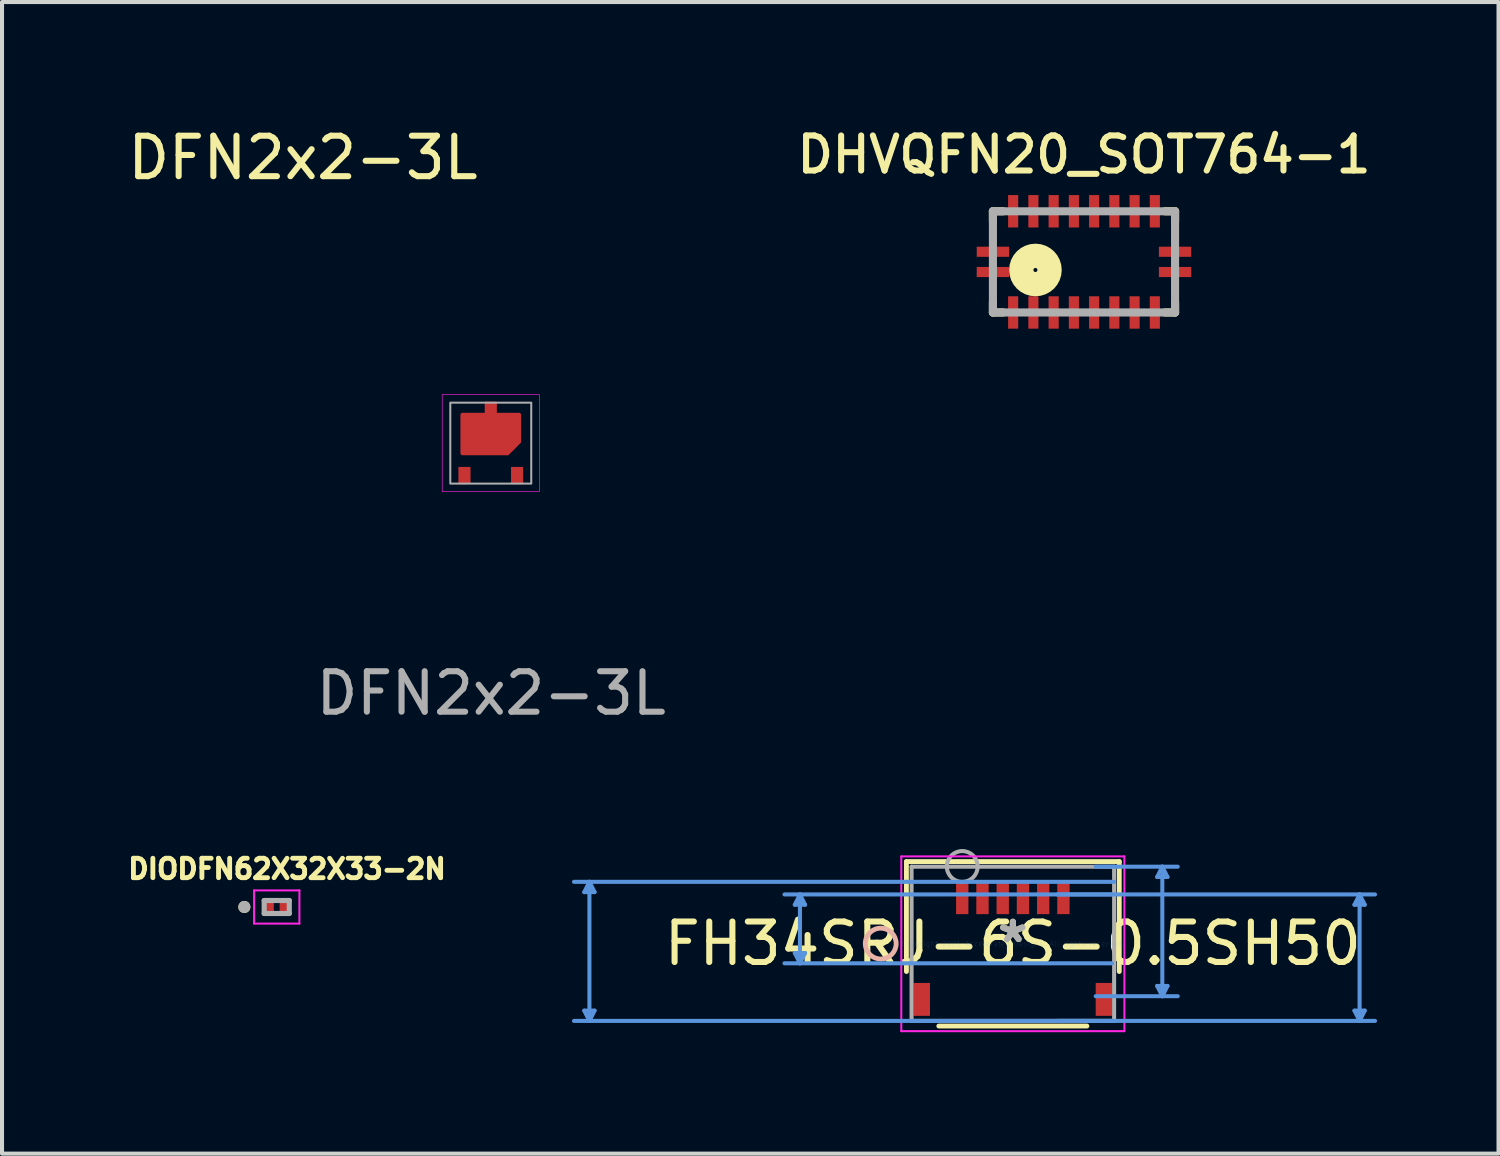
<source format=kicad_pcb>
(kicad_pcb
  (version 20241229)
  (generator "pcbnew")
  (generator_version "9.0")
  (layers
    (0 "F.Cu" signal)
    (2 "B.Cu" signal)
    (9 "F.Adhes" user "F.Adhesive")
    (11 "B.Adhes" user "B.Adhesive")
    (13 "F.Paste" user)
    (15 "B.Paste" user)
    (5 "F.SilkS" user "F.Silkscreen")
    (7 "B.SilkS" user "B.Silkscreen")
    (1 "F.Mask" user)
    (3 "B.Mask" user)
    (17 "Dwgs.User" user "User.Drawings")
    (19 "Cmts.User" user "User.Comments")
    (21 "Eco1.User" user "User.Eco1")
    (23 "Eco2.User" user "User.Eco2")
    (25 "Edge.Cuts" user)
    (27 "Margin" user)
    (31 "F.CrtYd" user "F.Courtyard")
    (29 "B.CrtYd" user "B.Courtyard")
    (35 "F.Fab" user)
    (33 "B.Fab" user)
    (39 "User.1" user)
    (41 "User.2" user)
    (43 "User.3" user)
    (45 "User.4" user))
  (footprint "DIODFN62X32X33-2N"
    (layer "F.Cu")
    (at 3.787 19.358)
    (property "Reference" "DIODFN62X32X33-2N" (at 0.254 -0.94 0) (layer "F.SilkS") (effects (font (size 0.48 0.48) (thickness 0.15))))
    (attr through_hole)
    (fp_circle (center -0.8 0) (end -0.725 0) (stroke (width 0.15) (type solid)) (fill no) (layer "F.SilkS"))
    (fp_line (start -0.56 -0.41) (end 0.56 -0.41) (stroke (width 0.05) (type solid)) (layer "F.CrtYd"))
    (fp_line (start -0.56 0.41) (end -0.56 -0.41) (stroke (width 0.05) (type solid)) (layer "F.CrtYd"))
    (fp_line (start 0.56 -0.41) (end 0.56 0.41) (stroke (width 0.05) (type solid)) (layer "F.CrtYd"))
    (fp_line (start 0.56 0.41) (end -0.56 0.41) (stroke (width 0.05) (type solid)) (layer "F.CrtYd"))
    (fp_line (start -0.31 -0.16) (end 0.31 -0.16) (stroke (width 0.127) (type solid)) (layer "F.Fab"))
    (fp_line (start -0.31 0.16) (end -0.31 -0.16) (stroke (width 0.127) (type solid)) (layer "F.Fab"))
    (fp_line (start 0.31 -0.16) (end 0.31 0.16) (stroke (width 0.127) (type solid)) (layer "F.Fab"))
    (fp_line (start 0.31 0.16) (end -0.31 0.16) (stroke (width 0.127) (type solid)) (layer "F.Fab"))
    (fp_circle (center -0.8 0) (end -0.725 0) (stroke (width 0.15) (type solid)) (fill no) (layer "F.Fab"))
    (pad "A" smd rect (at 0.177 0) (size 0.21 0.27) (layers "F.Cu" "F.Mask" "F.Paste"))
    (pad "C" smd rect (at -0.177 0) (size 0.21 0.27) (layers "F.Cu" "F.Mask" "F.Paste")))
  (footprint "DFN2x2-3L"
    (layer "F.Cu")
    (at 9.075 7.898)
    (property "Reference" "DFN2x2-3L" (at -4.64 -7.05 0) (unlocked yes) (layer "F.SilkS") (effects (font (size 1 1) (thickness 0.15))))
    (attr smd)
    (fp_rect (start -1.2 -1.2) (end 1.2 1.2) (stroke (width 0.015) (type solid)) (fill no) (layer "F.CrtYd"))
    (fp_rect (start -1 -1) (end 1 1) (stroke (width 0.05) (type solid)) (fill no) (layer "F.Fab"))
    (fp_text user "${REFERENCE}" (at 0.01 6.18 0) (unlocked yes) (layer "F.Fab") (effects (font (size 1 1) (thickness 0.15))))
    (pad "1" smd roundrect (at 0.65 0.8) (size 0.3 0.425) (layers "F.Cu" "F.Mask" "F.Paste") (roundrect_rratio 0.05))
    (pad "2" smd roundrect (at -0.65 0.8) (size 0.3 0.425) (layers "F.Cu" "F.Mask" "F.Paste") (roundrect_rratio 0.05))
    (pad "3" smd roundrect (at 0 -0.875) (size 0.3 0.3) (layers "F.Cu" "F.Mask" "F.Paste") (roundrect_rratio 0.05))
    (pad "3" smd roundrect (at 0 -0.225) (size 1.5 1.05) (layers "F.Cu" "F.Mask" "F.Paste") (roundrect_rratio 0.05) (chamfer_ratio 0.3) (chamfer bottom_right)))
  (footprint "DHVQFN20_SOT764-1"
    (layer "F.Cu")
    (at 23.731 3.42)
    (property "Reference" "DHVQFN20_SOT764-1" (at 0 -2.65 0) (layer "F.SilkS") (effects (font (size 0.866 0.866) (thickness 0.15))))
    (attr smd)
    (fp_line (start -2.25 -1.25) (end -2.25 -1) (stroke (width 0.2) (type solid)) (layer "F.SilkS"))
    (fp_line (start -2.25 -1.25) (end -2 -1.25) (stroke (width 0.2) (type solid)) (layer "F.SilkS"))
    (fp_line (start -2.25 1.25) (end -2.25 1) (stroke (width 0.2) (type solid)) (layer "F.SilkS"))
    (fp_line (start -2 1.25) (end -2.25 1.25) (stroke (width 0.2) (type solid)) (layer "F.SilkS"))
    (fp_line (start 2.25 -1.25) (end 2 -1.25) (stroke (width 0.2) (type solid)) (layer "F.SilkS"))
    (fp_line (start 2.25 -1.25) (end 2.25 -1) (stroke (width 0.2) (type solid)) (layer "F.SilkS"))
    (fp_line (start 2.25 1) (end 2.25 1.25) (stroke (width 0.2) (type solid)) (layer "F.SilkS"))
    (fp_line (start 2.25 1.25) (end 2 1.25) (stroke (width 0.2) (type solid)) (layer "F.SilkS"))
    (fp_circle (center -1.2 0.2) (end -1.15 0.2) (stroke (width 0.6) (type solid)) (fill no) (layer "F.SilkS"))
    (fp_line (start -2.25 -1.25) (end 2.25 -1.25) (stroke (width 0.2) (type solid)) (layer "F.Fab"))
    (fp_line (start -2.25 1.25) (end -2.25 -1.25) (stroke (width 0.2) (type solid)) (layer "F.Fab"))
    (fp_line (start 2.25 -1.25) (end 2.25 1.25) (stroke (width 0.2) (type solid)) (layer "F.Fab"))
    (fp_line (start 2.25 1.25) (end -2.25 1.25) (stroke (width 0.2) (type solid)) (layer "F.Fab"))
    (pad "1" smd rect (at -2.25 0.25 90) (size 0.25 0.8) (layers "F.Cu" "F.Mask" "F.Paste"))
    (pad "2" smd rect (at -1.75 1.25) (size 0.25 0.8) (layers "F.Cu" "F.Mask" "F.Paste"))
    (pad "3" smd rect (at -1.25 1.25) (size 0.25 0.8) (layers "F.Cu" "F.Mask" "F.Paste"))
    (pad "4" smd rect (at -0.75 1.25) (size 0.25 0.8) (layers "F.Cu" "F.Mask" "F.Paste"))
    (pad "5" smd rect (at -0.25 1.25) (size 0.25 0.8) (layers "F.Cu" "F.Mask" "F.Paste"))
    (pad "6" smd rect (at 0.25 1.25) (size 0.25 0.8) (layers "F.Cu" "F.Mask" "F.Paste"))
    (pad "7" smd rect (at 0.75 1.25) (size 0.25 0.8) (layers "F.Cu" "F.Mask" "F.Paste"))
    (pad "8" smd rect (at 1.25 1.25) (size 0.25 0.8) (layers "F.Cu" "F.Mask" "F.Paste"))
    (pad "9" smd rect (at 1.75 1.25) (size 0.25 0.8) (layers "F.Cu" "F.Mask" "F.Paste"))
    (pad "10" smd rect (at 2.25 0.25 90) (size 0.25 0.8) (layers "F.Cu" "F.Mask" "F.Paste"))
    (pad "11" smd rect (at 2.25 -0.25 90) (size 0.25 0.8) (layers "F.Cu" "F.Mask" "F.Paste"))
    (pad "12" smd rect (at 1.75 -1.25) (size 0.25 0.8) (layers "F.Cu" "F.Mask" "F.Paste"))
    (pad "13" smd rect (at 1.25 -1.25) (size 0.25 0.8) (layers "F.Cu" "F.Mask" "F.Paste"))
    (pad "14" smd rect (at 0.75 -1.25) (size 0.25 0.8) (layers "F.Cu" "F.Mask" "F.Paste"))
    (pad "15" smd rect (at 0.25 -1.25) (size 0.25 0.8) (layers "F.Cu" "F.Mask" "F.Paste"))
    (pad "16" smd rect (at -0.25 -1.25) (size 0.25 0.8) (layers "F.Cu" "F.Mask" "F.Paste"))
    (pad "17" smd rect (at -0.75 -1.25) (size 0.25 0.8) (layers "F.Cu" "F.Mask" "F.Paste"))
    (pad "18" smd rect (at -1.25 -1.25) (size 0.25 0.8) (layers "F.Cu" "F.Mask" "F.Paste"))
    (pad "19" smd rect (at -1.75 -1.25) (size 0.25 0.8) (layers "F.Cu" "F.Mask" "F.Paste"))
    (pad "20" smd rect (at -2.25 -0.25 90) (size 0.25 0.8) (layers "F.Cu" "F.Mask" "F.Paste")))
  (footprint "FH34SRJ-6S-0.5SH50"
    (layer "F.Cu")
    (at 21.973 20.267)
    (property "Reference" "FH34SRJ-6S-0.5SH50" (at 0 -0.005 0) (layer "F.SilkS") (effects (font (size 1 1) (thickness 0.15))))
    (attr through_hole)
    (fp_line (start -2.629 -2.032) (end 2.629 -2.032) (stroke (width 0.12) (type solid)) (layer "F.SilkS"))
    (fp_line (start -2.629 0.685) (end -2.629 -2.032) (stroke (width 0.12) (type solid)) (layer "F.SilkS"))
    (fp_line (start 1.829 2.032) (end -1.829 2.032) (stroke (width 0.12) (type solid)) (layer "F.SilkS"))
    (fp_line (start 2.629 -2.032) (end 2.629 0.685) (stroke (width 0.12) (type solid)) (layer "F.SilkS"))
    (fp_circle (center -3.264 -0.005) (end -2.883 -0.005) (stroke (width 0.12) (type solid)) (fill no) (layer "B.SilkS"))
    (fp_line (start -10.588 1.651) (end -10.461 1.905) (stroke (width 0.1) (type solid)) (layer "Cmts.User"))
    (fp_line (start -10.588 -1.277) (end -10.461 -1.531) (stroke (width 0.1) (type solid)) (layer "Cmts.User"))
    (fp_line (start -10.588 -1.277) (end -10.334 -1.277) (stroke (width 0.1) (type solid)) (layer "Cmts.User"))
    (fp_line (start -10.461 1.905) (end -10.461 -1.531) (stroke (width 0.1) (type solid)) (layer "Cmts.User"))
    (fp_line (start -10.334 1.651) (end -10.588 1.651) (stroke (width 0.1) (type solid)) (layer "Cmts.User"))
    (fp_line (start -10.334 1.651) (end -10.461 1.905) (stroke (width 0.1) (type solid)) (layer "Cmts.User"))
    (fp_line (start -10.334 -1.277) (end -10.461 -1.531) (stroke (width 0.1) (type solid)) (layer "Cmts.User"))
    (fp_line (start -5.387 0.228) (end -5.26 0.482) (stroke (width 0.1) (type solid)) (layer "Cmts.User"))
    (fp_line (start -5.387 -0.965) (end -5.26 -1.219) (stroke (width 0.1) (type solid)) (layer "Cmts.User"))
    (fp_line (start -5.387 -0.965) (end -5.133 -0.965) (stroke (width 0.1) (type solid)) (layer "Cmts.User"))
    (fp_line (start -5.26 -1.219) (end -5.26 0.482) (stroke (width 0.1) (type solid)) (layer "Cmts.User"))
    (fp_line (start -5.133 0.228) (end -5.387 0.228) (stroke (width 0.1) (type solid)) (layer "Cmts.User"))
    (fp_line (start -5.133 0.228) (end -5.26 0.482) (stroke (width 0.1) (type solid)) (layer "Cmts.User"))
    (fp_line (start -5.133 -0.965) (end -5.26 -1.219) (stroke (width 0.1) (type solid)) (layer "Cmts.User"))
    (fp_line (start 1.098 -1.219) (end 8.948 -1.219) (stroke (width 0.1) (type solid)) (layer "Cmts.User"))
    (fp_line (start 1.098 1.905) (end 8.948 1.905) (stroke (width 0.1) (type solid)) (layer "Cmts.User"))
    (fp_line (start 2.047 -1.905) (end 4.074 -1.905) (stroke (width 0.1) (type solid)) (layer "Cmts.User"))
    (fp_line (start 2.047 1.295) (end 4.074 1.295) (stroke (width 0.1) (type solid)) (layer "Cmts.User"))
    (fp_line (start 2.453 -1.219) (end -5.641 -1.219) (stroke (width 0.1) (type solid)) (layer "Cmts.User"))
    (fp_line (start 2.453 0.482) (end -5.641 0.482) (stroke (width 0.1) (type solid)) (layer "Cmts.User"))
    (fp_line (start 2.502 -1.531) (end -10.842 -1.531) (stroke (width 0.1) (type solid)) (layer "Cmts.User"))
    (fp_line (start 2.502 1.905) (end -10.842 1.905) (stroke (width 0.1) (type solid)) (layer "Cmts.User"))
    (fp_line (start 3.566 1.041) (end 3.693 1.295) (stroke (width 0.1) (type solid)) (layer "Cmts.User"))
    (fp_line (start 3.566 -1.651) (end 3.693 -1.905) (stroke (width 0.1) (type solid)) (layer "Cmts.User"))
    (fp_line (start 3.566 -1.651) (end 3.82 -1.651) (stroke (width 0.1) (type solid)) (layer "Cmts.User"))
    (fp_line (start 3.693 -1.905) (end 3.693 1.295) (stroke (width 0.1) (type solid)) (layer "Cmts.User"))
    (fp_line (start 3.82 1.041) (end 3.566 1.041) (stroke (width 0.1) (type solid)) (layer "Cmts.User"))
    (fp_line (start 3.82 1.041) (end 3.693 1.295) (stroke (width 0.1) (type solid)) (layer "Cmts.User"))
    (fp_line (start 3.82 -1.651) (end 3.693 -1.905) (stroke (width 0.1) (type solid)) (layer "Cmts.User"))
    (fp_line (start 8.44 1.651) (end 8.567 1.905) (stroke (width 0.1) (type solid)) (layer "Cmts.User"))
    (fp_line (start 8.44 -0.965) (end 8.567 -1.219) (stroke (width 0.1) (type solid)) (layer "Cmts.User"))
    (fp_line (start 8.44 -0.965) (end 8.694 -0.965) (stroke (width 0.1) (type solid)) (layer "Cmts.User"))
    (fp_line (start 8.567 1.905) (end 8.567 -1.219) (stroke (width 0.1) (type solid)) (layer "Cmts.User"))
    (fp_line (start 8.694 1.651) (end 8.44 1.651) (stroke (width 0.1) (type solid)) (layer "Cmts.User"))
    (fp_line (start 8.694 1.651) (end 8.567 1.905) (stroke (width 0.1) (type solid)) (layer "Cmts.User"))
    (fp_line (start 8.694 -0.965) (end 8.567 -1.219) (stroke (width 0.1) (type solid)) (layer "Cmts.User"))
    (fp_line (start -2.756 -2.159) (end -2.756 2.159) (stroke (width 0.05) (type solid)) (layer "F.CrtYd"))
    (fp_line (start -2.756 2.159) (end 2.756 2.159) (stroke (width 0.05) (type solid)) (layer "F.CrtYd"))
    (fp_line (start 2.756 -2.159) (end -2.756 -2.159) (stroke (width 0.05) (type solid)) (layer "F.CrtYd"))
    (fp_line (start 2.756 2.159) (end 2.756 -2.159) (stroke (width 0.05) (type solid)) (layer "F.CrtYd"))
    (fp_line (start -2.502 -1.905) (end -2.502 1.905) (stroke (width 0.1) (type solid)) (layer "F.Fab"))
    (fp_line (start -2.502 1.905) (end 2.502 1.905) (stroke (width 0.1) (type solid)) (layer "F.Fab"))
    (fp_line (start 2.502 -1.905) (end -2.502 -1.905) (stroke (width 0.1) (type solid)) (layer "F.Fab"))
    (fp_line (start 2.502 1.905) (end 2.502 -1.905) (stroke (width 0.1) (type solid)) (layer "F.Fab"))
    (fp_circle (center -1.25 -1.91) (end -0.869 -1.91) (stroke (width 0.1) (type solid)) (fill no) (layer "F.Fab"))
    (fp_text user "*" (at 0 0 0) (layer "F.SilkS") (effects (font (size 1 1) (thickness 0.15))))
    (fp_text user "Copyright 2021 Accelerated Designs. All rights reserved." (at 0 0 0) (layer "Cmts.User") (effects (font (size 0.127 0.127) (thickness 0.002))))
    (fp_text user "*" (at 0 0 0) (layer "F.Fab") (effects (font (size 1 1) (thickness 0.15))))
    (pad "1" smd rect (at -1.25 -1.139) (size 0.305 0.813) (layers "F.Cu" "F.Mask" "F.Paste"))
    (pad "2" smd rect (at -0.75 -1.139) (size 0.305 0.813) (layers "F.Cu" "F.Mask" "F.Paste"))
    (pad "3" smd rect (at -0.25 -1.139) (size 0.305 0.813) (layers "F.Cu" "F.Mask" "F.Paste"))
    (pad "4" smd rect (at 0.25 -1.139) (size 0.305 0.813) (layers "F.Cu" "F.Mask" "F.Paste"))
    (pad "5" smd rect (at 0.75 -1.139) (size 0.305 0.813) (layers "F.Cu" "F.Mask" "F.Paste"))
    (pad "6" smd rect (at 1.25 -1.139) (size 0.305 0.813) (layers "F.Cu" "F.Mask" "F.Paste"))
    (pad "7" smd rect (at -2.25 1.374) (size 0.406 0.813) (layers "F.Cu" "F.Mask" "F.Paste"))
    (pad "8" smd rect (at 2.25 1.374) (size 0.406 0.813) (layers "F.Cu" "F.Mask" "F.Paste")))
  (gr_rect
    (start -3 -3)
    (end 33.972 25.451)
    (stroke (width 0.1) (type default))
    (fill no)
    (layer "Edge.Cuts")))
</source>
